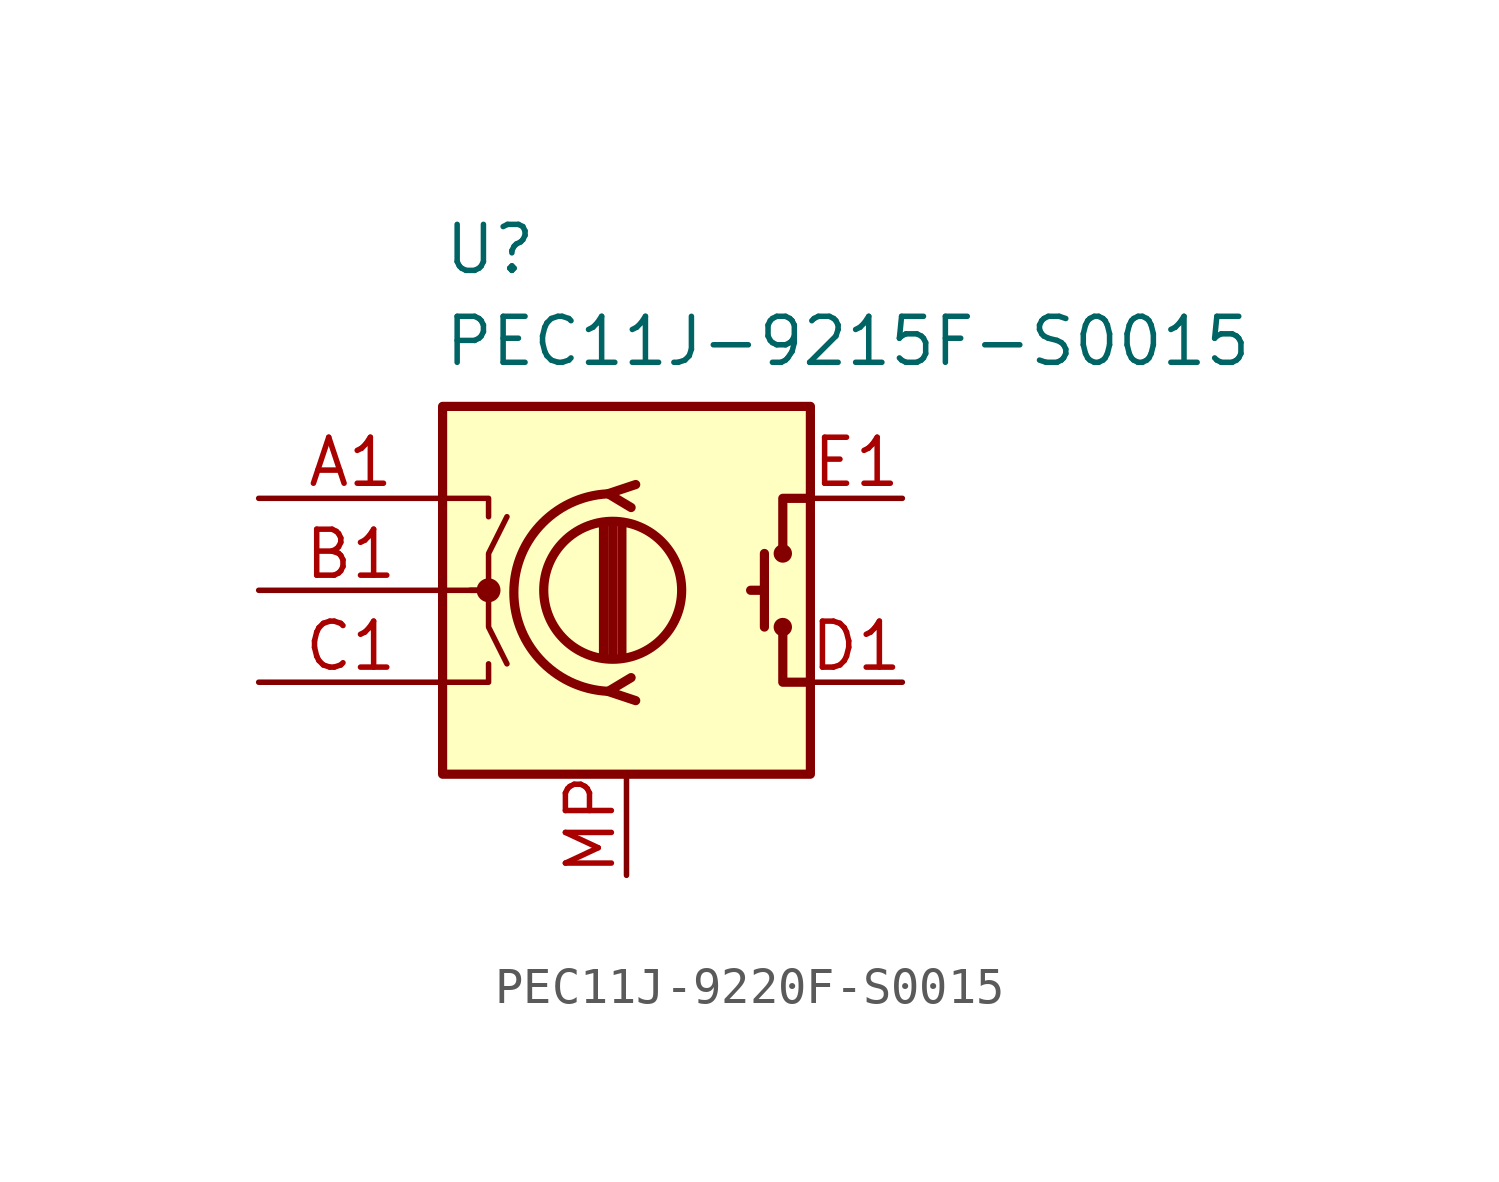
<source format=kicad_sym>
(kicad_symbol_lib
  (version 20220914)
  (generator kicad_symbol_editor)
  (symbol "PEC11J-9220F-S0015"
    (property "Reference" "U"
      (at 5.08 10.16 0)
      (effects (font (size 1.27 1.27)) (justify left top)))
    (property "Value" "PEC11J-9215F-S0015"
      (at 5.08 7.62 0)
      (effects (font (size 1.27 1.27)) (justify left top)))
    (symbol "PEC11J-9220F-S0015_0_1"
      (polyline (pts (xy 9.525 -1.778) (xy 9.525 1.778)) (stroke (width 0.254) (type default)) (fill (type none)))
      (polyline (pts (xy 9.779 -1.778) (xy 9.779 1.778)) (stroke (width 0.254) (type default)) (fill (type none)))
      (polyline (pts (xy 10.033 1.778) (xy 10.033 -1.778)) (stroke (width 0.254) (type default)) (fill (type none)))
      (polyline (pts (xy 13.97 0) (xy 13.589 0)) (stroke (width 0.254) (type default)) (fill (type none)))
      (polyline (pts (xy 13.97 1.016) (xy 13.97 -1.016)) (stroke (width 0.254) (type default)) (fill (type none)))
      (polyline (pts (xy 5.08 -2.54) (xy 6.35 -2.54) (xy 6.35 -2.032)) (stroke (width 0) (type default)) (fill (type none)))
      (polyline (pts (xy 5.08 2.54) (xy 6.35 2.54) (xy 6.35 2.032)) (stroke (width 0) (type default)) (fill (type none)))
      (polyline (pts (xy 10.414 -3.048) (xy 9.652 -2.794) (xy 10.287 -2.413)) (stroke (width 0.254) (type default)) (fill (type none)))
      (polyline (pts (xy 10.414 2.921) (xy 9.652 2.667) (xy 10.287 2.286)) (stroke (width 0.254) (type default)) (fill (type none)))
      (polyline (pts (xy 15.24 -2.54) (xy 14.478 -2.54) (xy 14.478 -1.016)) (stroke (width 0.254) (type default)) (fill (type none)))
      (polyline (pts (xy 15.24 2.54) (xy 14.478 2.54) (xy 14.478 1.016)) (stroke (width 0.254) (type default)) (fill (type none)))
      (polyline (pts (xy 5.08 0) (xy 6.35 0) (xy 6.35 -1.016) (xy 6.858 -2.032)) (stroke (width 0) (type default)) (fill (type none)))
      (polyline (pts (xy 5.842 0) (xy 6.35 0) (xy 6.35 1.016) (xy 6.858 2.032)) (stroke (width 0) (type default)) (fill (type none)))
      (rectangle (start 5.08 5.08) (end 15.24 -5.08) (stroke (width 0.254) (type default)) (fill (type background)))
      (circle (center 6.35 0) (radius 0.254) (stroke (width 0) (type default)) (fill (type outline)))
      (circle (center 9.779 0) (radius 1.905) (stroke (width 0.254) (type default)) (fill (type none)))
      (arc (start 9.779 2.667) (mid 7.0612 -0.0635) (end 9.779 -2.794) (stroke (width 0.254) (type default)) (fill (type none)))
      (circle (center 14.478 -1.016) (radius 0.127) (stroke (width 0.254) (type default)) (fill (type none)))
      (circle (center 14.478 1.016) (radius 0.127) (stroke (width 0.254) (type default)) (fill (type none))))
    (symbol "PEC11J-9220F-S0015_1_1"
      (pin passive line (at 0 2.54 0) (length 5.08) (name "" (effects (font (size 1.27 1.27)))) (number "A1" (effects (font (size 1.27 1.27)))))
      (pin passive line (at 0 0 0) (length 5.08) (name "" (effects (font (size 1.27 1.27)))) (number "B1" (effects (font (size 1.27 1.27)))))
      (pin passive line (at 0 -2.54 0) (length 5.08) (name "" (effects (font (size 1.27 1.27)))) (number "C1" (effects (font (size 1.27 1.27)))))
      (pin passive line (at 17.78 -2.54 180) (length 2.54) (name "" (effects (font (size 1.27 1.27)))) (number "D1" (effects (font (size 1.27 1.27)))))
      (pin passive line (at 17.78 2.54 180) (length 2.54) (name "" (effects (font (size 1.27 1.27)))) (number "E1" (effects (font (size 1.27 1.27)))))
      (pin passive line (at 10.16 -7.874 90) (length 2.794) (name "" (effects (font (size 1.27 1.27)))) (number "MP" (effects (font (size 1.27 1.27))))))))
</source>
